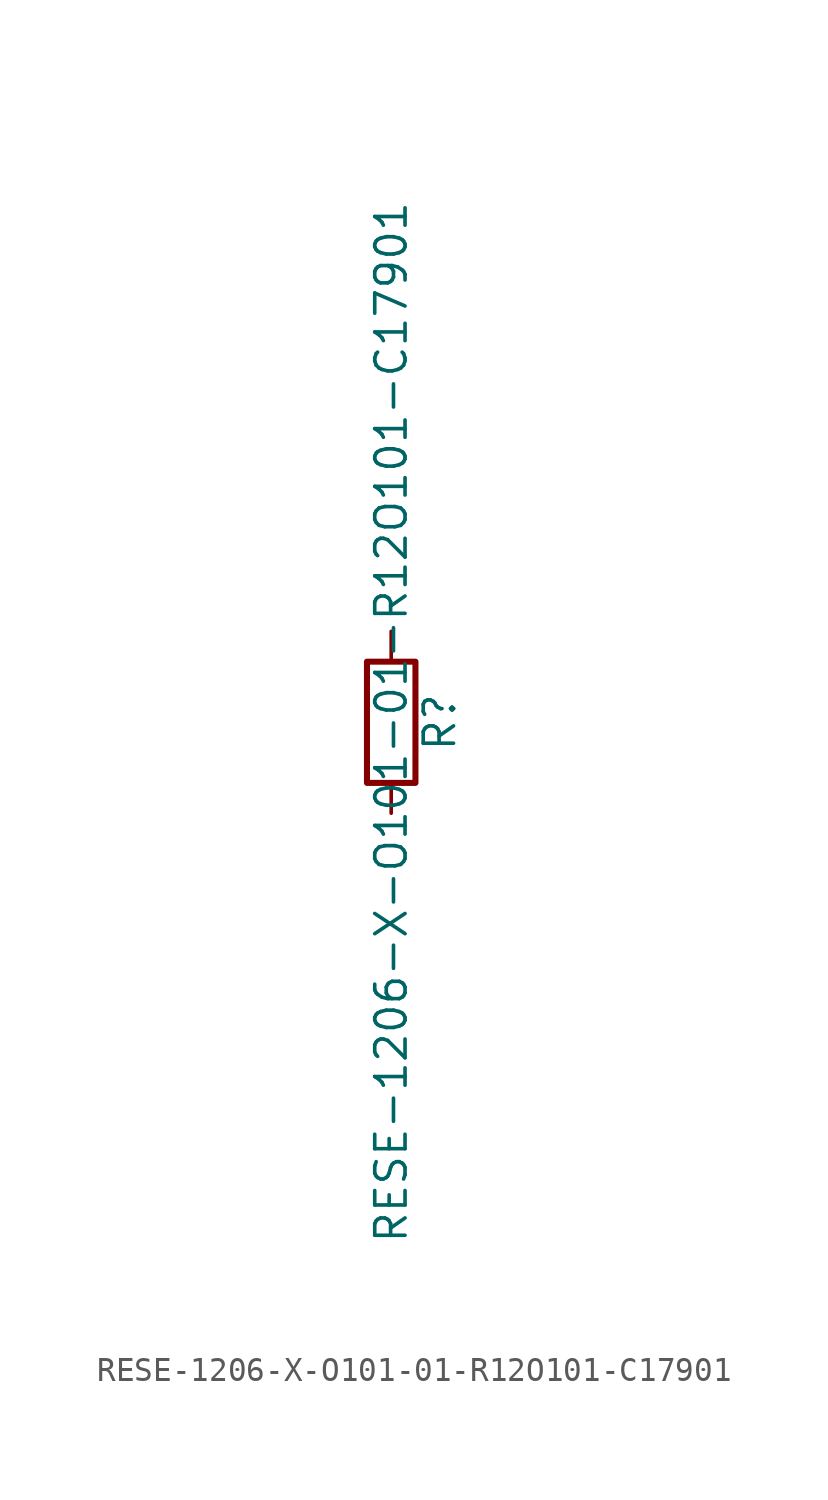
<source format=kicad_sym>
(kicad_symbol_lib
  (version 20211014)
  (generator kicad_symbol_editor)
  (symbol "RESE-1206-X-O101-01-R12O101-C17901"
    (pin_numbers hide)
    (pin_names
      (offset 0))
    (property "Reference" "R"
      (at 2.032 0 90)
      (effects (font (size 1.27 1.27))))
    (property "Value" "RESE-1206-X-O101-01-R12O101-C17901"
      (at 0 0 90)
      (effects (font (size 1.27 1.27))))
    (symbol "RESE-1206-X-O101-01-R12O101-C17901_0_1"
      (rectangle (start -1.016 -2.54) (end 1.016 2.54) (stroke (width 0.254) (type default) (color 0 0 0 0)) (fill (type none))))
    (symbol "RESE-1206-X-O101-01-R12O101-C17901_1_1"
      (pin passive line (at 0 3.81 270) (length 1.27) (name "~" (effects (font (size 1.27 1.27)))) (number "1" (effects (font (size 1.27 1.27)))))
      (pin passive line (at 0 -3.81 90) (length 1.27) (name "~" (effects (font (size 1.27 1.27)))) (number "2" (effects (font (size 1.27 1.27))))))))
</source>
